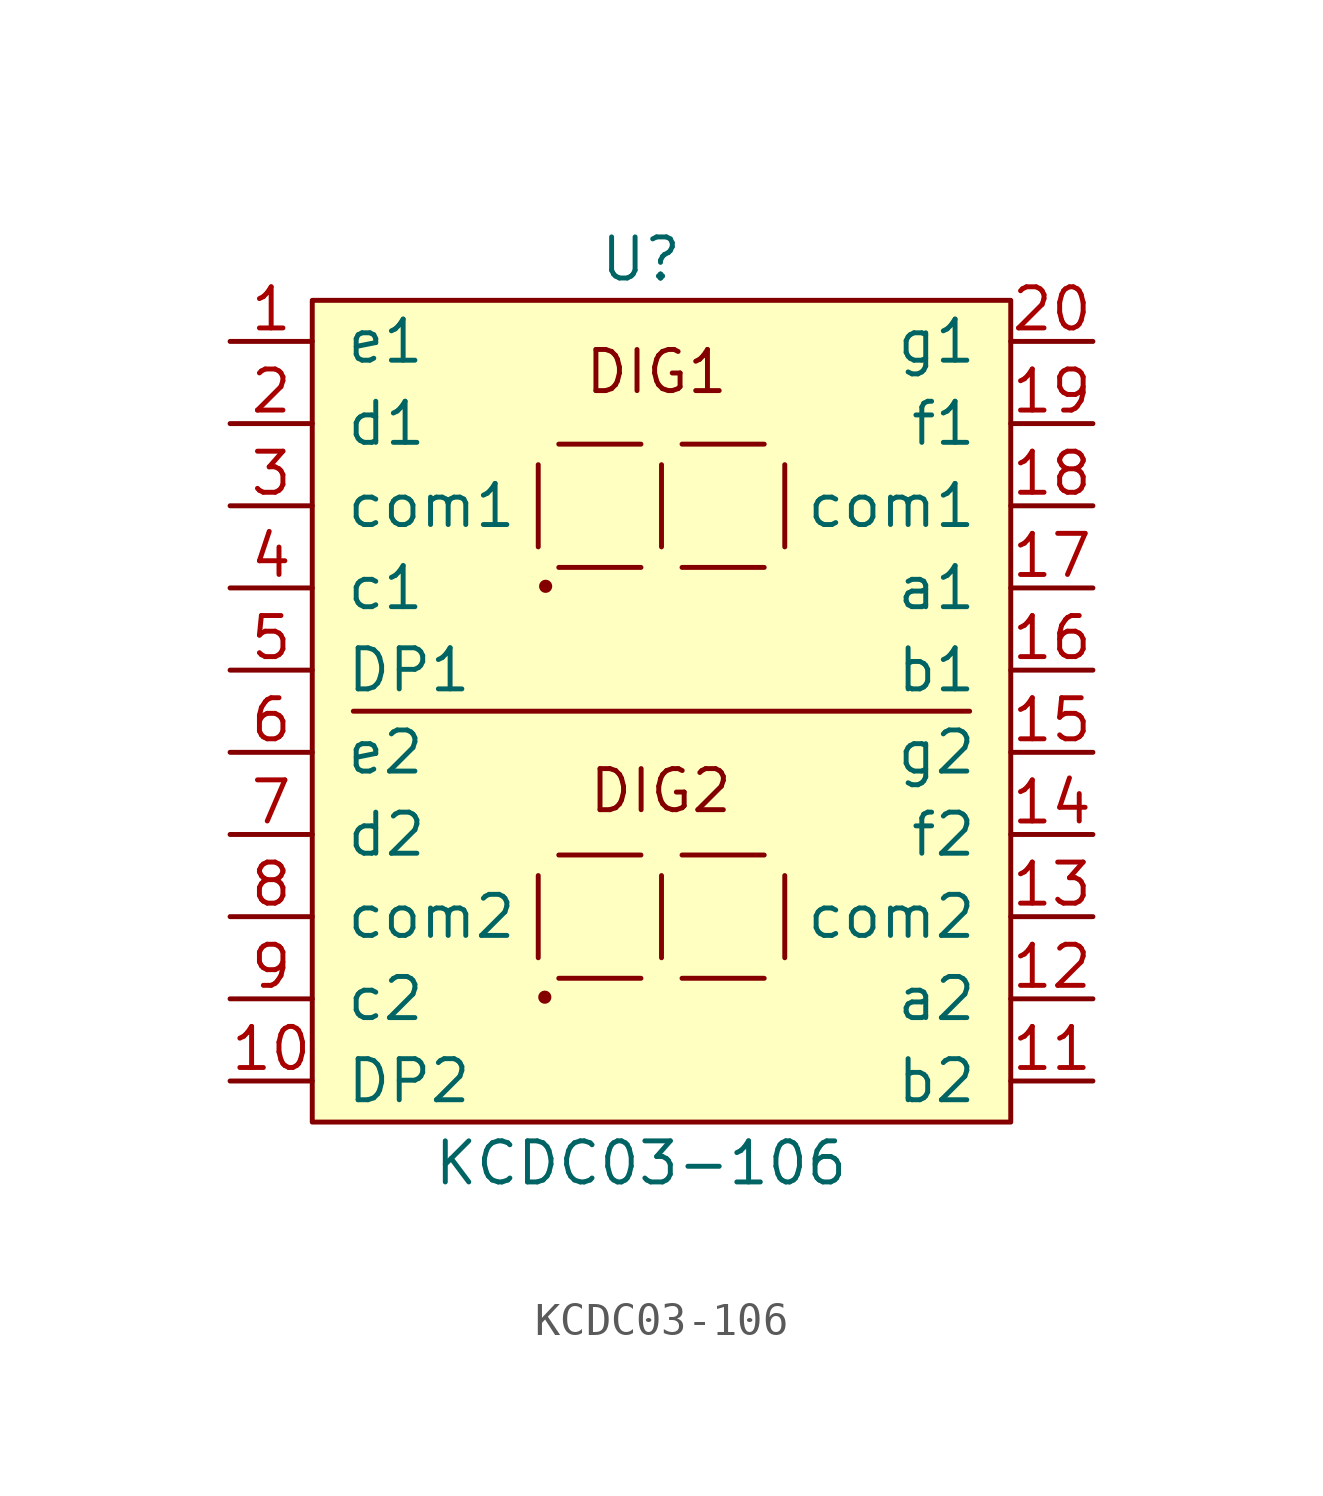
<source format=kicad_sym>
(kicad_symbol_lib
  (version 20231120)
  (generator "kicad_symbol_editor")
  (generator_version "8.0")
  (symbol "KCDC03-106"
    (pin_names
      (offset 1.016))
    (property "Reference" "U"
      (at 0 0 0)
      (effects (font (size 1.27 1.27))))
    (property "Value" "KCDC03-106"
      (at 0 -27.94 0)
      (effects (font (size 1.27 1.27))))
    (symbol "KCDC03-106_0_0"
      (text "DIG1" (at 0.483 -3.48 0) (effects (font (size 1.27 1.27)))))
    (symbol "KCDC03-106_0_1"
      (rectangle (start -10.16 -1.27) (end 11.43 -26.67) (stroke (width 0) (type solid)) (fill (type background)))
      (pin input line (at -12.7 -2.54 0) (length 2.54) (name "e1" (effects (font (size 1.27 1.27)))) (number "1" (effects (font (size 1.27 1.27)))))
      (pin input line (at -12.7 -25.4 0) (length 2.54) (name "DP2" (effects (font (size 1.27 1.27)))) (number "10" (effects (font (size 1.27 1.27)))))
      (pin input line (at 13.97 -25.4 180) (length 2.54) (name "b2" (effects (font (size 1.27 1.27)))) (number "11" (effects (font (size 1.27 1.27)))))
      (pin input line (at 13.97 -22.86 180) (length 2.54) (name "a2" (effects (font (size 1.27 1.27)))) (number "12" (effects (font (size 1.27 1.27)))))
      (pin power_in line (at 13.97 -20.32 180) (length 2.54) (name "com2" (effects (font (size 1.27 1.27)))) (number "13" (effects (font (size 1.27 1.27)))))
      (pin input line (at 13.97 -17.78 180) (length 2.54) (name "f2" (effects (font (size 1.27 1.27)))) (number "14" (effects (font (size 1.27 1.27)))))
      (pin input line (at 13.97 -15.24 180) (length 2.54) (name "g2" (effects (font (size 1.27 1.27)))) (number "15" (effects (font (size 1.27 1.27)))))
      (pin input line (at 13.97 -12.7 180) (length 2.54) (name "b1" (effects (font (size 1.27 1.27)))) (number "16" (effects (font (size 1.27 1.27)))))
      (pin input line (at 13.97 -10.16 180) (length 2.54) (name "a1" (effects (font (size 1.27 1.27)))) (number "17" (effects (font (size 1.27 1.27)))))
      (pin power_in line (at 13.97 -7.62 180) (length 2.54) (name "com1" (effects (font (size 1.27 1.27)))) (number "18" (effects (font (size 1.27 1.27)))))
      (pin input line (at 13.97 -5.08 180) (length 2.54) (name "f1" (effects (font (size 1.27 1.27)))) (number "19" (effects (font (size 1.27 1.27)))))
      (pin input line (at -12.7 -5.08 0) (length 2.54) (name "d1" (effects (font (size 1.27 1.27)))) (number "2" (effects (font (size 1.27 1.27)))))
      (pin input line (at 13.97 -2.54 180) (length 2.54) (name "g1" (effects (font (size 1.27 1.27)))) (number "20" (effects (font (size 1.27 1.27)))))
      (pin power_in line (at -12.7 -7.62 0) (length 2.54) (name "com1" (effects (font (size 1.27 1.27)))) (number "3" (effects (font (size 1.27 1.27)))))
      (pin input line (at -12.7 -10.16 0) (length 2.54) (name "c1" (effects (font (size 1.27 1.27)))) (number "4" (effects (font (size 1.27 1.27)))))
      (pin input line (at -12.7 -12.7 0) (length 2.54) (name "DP1" (effects (font (size 1.27 1.27)))) (number "5" (effects (font (size 1.27 1.27)))))
      (pin input line (at -12.7 -15.24 0) (length 2.54) (name "e2" (effects (font (size 1.27 1.27)))) (number "6" (effects (font (size 1.27 1.27)))))
      (pin input line (at -12.7 -17.78 0) (length 2.54) (name "d2" (effects (font (size 1.27 1.27)))) (number "7" (effects (font (size 1.27 1.27)))))
      (pin power_in line (at -12.7 -20.32 0) (length 2.54) (name "com2" (effects (font (size 1.27 1.27)))) (number "8" (effects (font (size 1.27 1.27)))))
      (pin input line (at -12.7 -22.86 0) (length 2.54) (name "c2" (effects (font (size 1.27 1.27)))) (number "9" (effects (font (size 1.27 1.27))))))
    (symbol "KCDC03-106_1_1"
      (circle (center -2.972 -22.809) (radius 0.127) (stroke (width 0) (type solid)) (fill (type outline)))
      (circle (center -2.946 -10.109) (radius 0.127) (stroke (width 0) (type solid)) (fill (type outline)))
      (polyline (pts (xy -3.175 -21.59) (xy -3.175 -19.05)) (stroke (width 0) (type solid)) (fill (type none)))
      (polyline (pts (xy -3.175 -8.89) (xy -3.175 -6.35)) (stroke (width 0) (type solid)) (fill (type none)))
      (polyline (pts (xy -2.54 -18.415) (xy 0 -18.415)) (stroke (width 0) (type solid)) (fill (type none)))
      (polyline (pts (xy -2.54 -5.715) (xy 0 -5.715)) (stroke (width 0) (type solid)) (fill (type none)))
      (polyline (pts (xy 0 -22.225) (xy -2.54 -22.225)) (stroke (width 0) (type solid)) (fill (type none)))
      (polyline (pts (xy 0 -9.525) (xy -2.54 -9.525)) (stroke (width 0) (type solid)) (fill (type none)))
      (polyline (pts (xy 0.635 -21.59) (xy 0.635 -19.05)) (stroke (width 0) (type solid)) (fill (type none)))
      (polyline (pts (xy 0.635 -8.89) (xy 0.635 -6.35)) (stroke (width 0) (type solid)) (fill (type none)))
      (polyline (pts (xy 1.27 -22.225) (xy 3.81 -22.225)) (stroke (width 0) (type solid)) (fill (type none)))
      (polyline (pts (xy 1.27 -18.415) (xy 3.81 -18.415)) (stroke (width 0) (type solid)) (fill (type none)))
      (polyline (pts (xy 1.27 -9.525) (xy 3.81 -9.525)) (stroke (width 0) (type solid)) (fill (type none)))
      (polyline (pts (xy 1.27 -5.715) (xy 3.81 -5.715)) (stroke (width 0) (type solid)) (fill (type none)))
      (polyline (pts (xy 4.445 -21.59) (xy 4.445 -19.05)) (stroke (width 0) (type solid)) (fill (type none)))
      (polyline (pts (xy 4.445 -8.89) (xy 4.445 -6.35)) (stroke (width 0) (type solid)) (fill (type none)))
      (polyline (pts (xy -3.81 -13.97) (xy -8.89 -13.97) (xy 10.16 -13.97)) (stroke (width 0) (type solid)) (fill (type none)))
      (text "DIG2" (at 0.61 -16.434 0) (effects (font (size 1.27 1.27)))))))
</source>
